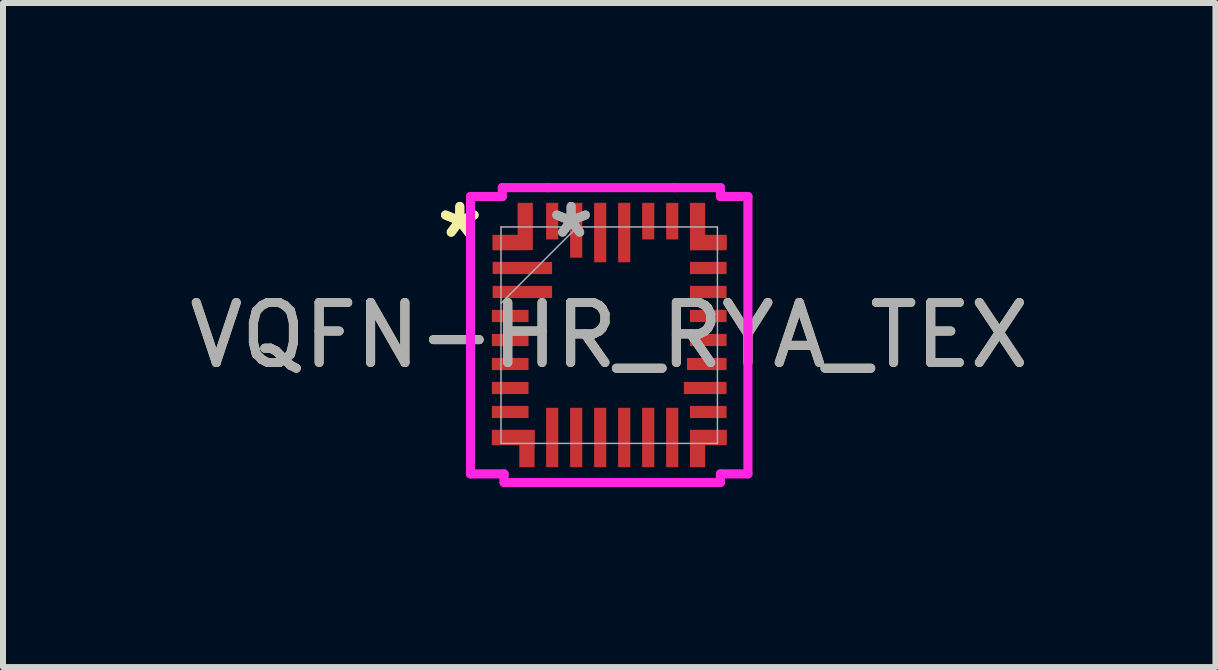
<source format=kicad_pcb>
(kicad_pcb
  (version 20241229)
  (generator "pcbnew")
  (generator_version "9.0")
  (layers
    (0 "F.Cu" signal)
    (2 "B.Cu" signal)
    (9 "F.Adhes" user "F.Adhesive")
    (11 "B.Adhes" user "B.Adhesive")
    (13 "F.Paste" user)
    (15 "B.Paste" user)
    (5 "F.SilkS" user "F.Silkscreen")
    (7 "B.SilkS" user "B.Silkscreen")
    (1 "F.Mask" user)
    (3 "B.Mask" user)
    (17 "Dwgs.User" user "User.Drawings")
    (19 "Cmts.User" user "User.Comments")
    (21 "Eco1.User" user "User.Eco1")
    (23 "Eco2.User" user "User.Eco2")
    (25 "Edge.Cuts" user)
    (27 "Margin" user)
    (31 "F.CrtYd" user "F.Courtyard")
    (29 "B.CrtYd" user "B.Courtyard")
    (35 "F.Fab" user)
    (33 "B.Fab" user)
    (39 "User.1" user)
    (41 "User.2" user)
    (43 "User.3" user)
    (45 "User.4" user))
  (footprint "VQFN-HR_RYA_TEX"
    (layer "F.Cu")
    (at 7.101 2.535)
    (property "Reference" "VQFN-HR_RYA_TEX" (at 0 0 0) (unlocked yes) (layer "F.SilkS") (effects (font (size 1 1) (thickness 0.15))))
    (attr smd)
    (fp_poly (pts (xy -1.955 1.578) (xy -1.955 1.832) (xy -1.498 1.832) (xy -1.498 2.2) (xy -1.244 2.2) (xy -1.244 1.578)) (stroke (width 0) (type solid)) (fill yes) (layer "F.Cu"))
    (fp_poly (pts (xy -1.942 -1.417) (xy -1.942 -1.671) (xy -1.527 -1.671) (xy -1.527 -2.205) (xy -1.273 -2.205) (xy -1.273 -1.417)) (stroke (width 0) (type solid)) (fill yes) (layer "F.Cu"))
    (fp_poly (pts (xy 1.345 -2.205) (xy 1.345 -1.417) (xy 1.955 -1.417) (xy 1.955 -1.671) (xy 1.599 -1.671) (xy 1.599 -2.205)) (stroke (width 0) (type solid)) (fill yes) (layer "F.Cu"))
    (fp_poly (pts (xy 1.955 1.578) (xy 1.345 1.578) (xy 1.345 2.2) (xy 1.599 2.2) (xy 1.599 1.832) (xy 1.955 1.832)) (stroke (width 0) (type solid)) (fill yes) (layer "F.Cu"))
    (fp_poly (pts (xy -1.955 1.578) (xy -1.955 1.832) (xy -1.498 1.832) (xy -1.498 2.2) (xy -1.244 2.2) (xy -1.244 1.578)) (stroke (width 0) (type solid)) (fill yes) (layer "F.Mask"))
    (fp_poly (pts (xy -1.942 -1.417) (xy -1.942 -1.671) (xy -1.527 -1.671) (xy -1.527 -2.205) (xy -1.273 -2.205) (xy -1.273 -1.417)) (stroke (width 0) (type solid)) (fill yes) (layer "F.Mask"))
    (fp_poly (pts (xy 1.345 -2.205) (xy 1.345 -1.417) (xy 1.955 -1.417) (xy 1.955 -1.671) (xy 1.599 -1.671) (xy 1.599 -2.205)) (stroke (width 0) (type solid)) (fill yes) (layer "F.Mask"))
    (fp_poly (pts (xy 1.955 1.578) (xy 1.345 1.578) (xy 1.345 2.2) (xy 1.599 2.2) (xy 1.599 1.832) (xy 1.955 1.832)) (stroke (width 0) (type solid)) (fill yes) (layer "F.Mask"))
    (fp_poly (pts (xy -1.955 1.578) (xy -1.955 1.832) (xy -1.498 1.832) (xy -1.498 2.2) (xy -1.244 2.2) (xy -1.244 1.578)) (stroke (width 0) (type solid)) (fill yes) (layer "F.Paste"))
    (fp_poly (pts (xy -1.942 -1.417) (xy -1.942 -1.671) (xy -1.527 -1.671) (xy -1.527 -2.205) (xy -1.273 -2.205) (xy -1.273 -1.417)) (stroke (width 0) (type solid)) (fill yes) (layer "F.Paste"))
    (fp_poly (pts (xy 1.345 -2.205) (xy 1.345 -1.417) (xy 1.955 -1.417) (xy 1.955 -1.671) (xy 1.599 -1.671) (xy 1.599 -2.205)) (stroke (width 0) (type solid)) (fill yes) (layer "F.Paste"))
    (fp_poly (pts (xy 1.955 1.578) (xy 1.345 1.578) (xy 1.345 2.2) (xy 1.599 2.2) (xy 1.599 1.832) (xy 1.955 1.832)) (stroke (width 0) (type solid)) (fill yes) (layer "F.Paste"))
    (fp_line (start -2.311 -2.311) (end -2.311 2.311) (stroke (width 0.152) (type solid)) (layer "F.CrtYd"))
    (fp_line (start -2.311 2.311) (end -1.752 2.311) (stroke (width 0.152) (type solid)) (layer "F.CrtYd"))
    (fp_line (start -1.781 -2.459) (end -1.781 -2.311) (stroke (width 0.152) (type solid)) (layer "F.CrtYd"))
    (fp_line (start -1.781 -2.311) (end -2.311 -2.311) (stroke (width 0.152) (type solid)) (layer "F.CrtYd"))
    (fp_line (start -1.752 2.454) (end -0.99 2.454) (stroke (width 0.152) (type solid)) (layer "F.CrtYd"))
    (fp_line (start -1.752 2.311) (end -1.752 2.454) (stroke (width 0.152) (type solid)) (layer "F.CrtYd"))
    (fp_line (start -1.019 -2.459) (end -1.019 -2.459) (stroke (width 0.152) (type solid)) (layer "F.CrtYd"))
    (fp_line (start -1.019 -2.459) (end -1.781 -2.459) (stroke (width 0.152) (type solid)) (layer "F.CrtYd"))
    (fp_line (start -0.99 2.454) (end -0.99 2.454) (stroke (width 0.152) (type solid)) (layer "F.CrtYd"))
    (fp_line (start -0.99 2.454) (end 1.091 2.454) (stroke (width 0.152) (type solid)) (layer "F.CrtYd"))
    (fp_line (start 1.091 -2.459) (end -1.019 -2.459) (stroke (width 0.152) (type solid)) (layer "F.CrtYd"))
    (fp_line (start 1.091 -2.459) (end 1.091 -2.459) (stroke (width 0.152) (type solid)) (layer "F.CrtYd"))
    (fp_line (start 1.091 2.454) (end 1.853 2.454) (stroke (width 0.152) (type solid)) (layer "F.CrtYd"))
    (fp_line (start 1.091 2.454) (end 1.091 2.454) (stroke (width 0.152) (type solid)) (layer "F.CrtYd"))
    (fp_line (start 1.853 -2.311) (end 1.853 -2.459) (stroke (width 0.152) (type solid)) (layer "F.CrtYd"))
    (fp_line (start 1.853 2.311) (end 2.311 2.311) (stroke (width 0.152) (type solid)) (layer "F.CrtYd"))
    (fp_line (start 1.853 -2.459) (end 1.091 -2.459) (stroke (width 0.152) (type solid)) (layer "F.CrtYd"))
    (fp_line (start 1.853 2.454) (end 1.853 2.311) (stroke (width 0.152) (type solid)) (layer "F.CrtYd"))
    (fp_line (start 2.311 -2.311) (end 1.853 -2.311) (stroke (width 0.152) (type solid)) (layer "F.CrtYd"))
    (fp_line (start 2.311 2.311) (end 2.311 -2.311) (stroke (width 0.152) (type solid)) (layer "F.CrtYd"))
    (fp_line (start -1.803 -1.803) (end -1.803 1.803) (stroke (width 0.025) (type solid)) (layer "F.Fab"))
    (fp_line (start -1.803 -0.533) (end -0.533 -1.803) (stroke (width 0.025) (type solid)) (layer "F.Fab"))
    (fp_line (start -1.803 1.803) (end 1.803 1.803) (stroke (width 0.025) (type solid)) (layer "F.Fab"))
    (fp_line (start 1.803 -1.803) (end -1.803 -1.803) (stroke (width 0.025) (type solid)) (layer "F.Fab"))
    (fp_line (start 1.803 1.803) (end 1.803 -1.803) (stroke (width 0.025) (type solid)) (layer "F.Fab"))
    (fp_text user "*" (at -2.49 -1.6 0) (unlocked yes) (layer "F.SilkS") (effects (font (size 1 1) (thickness 0.15))))
    (fp_text user "*" (at -2.49 -1.6 0) (layer "F.SilkS") (effects (font (size 1 1) (thickness 0.15))))
    (fp_text user "*" (at -0.635 -1.6 0) (unlocked yes) (layer "F.Fab") (effects (font (size 1 1) (thickness 0.15))))
    (fp_text user "${REFERENCE}" (at 0 0 0) (unlocked yes) (layer "F.Fab") (effects (font (size 1 1) (thickness 0.15))))
    (fp_text user "*" (at -0.635 -1.6 0) (layer "F.Fab") (effects (font (size 1 1) (thickness 0.15))))
    (pad "1" smd rect (at -1.65 -1.544) (size 0.584 0.254) (layers "F.Cu" "F.Mask" "F.Paste"))
    (pad "2" smd rect (at -1.447 -1.12 90) (size 0.203 0.991) (layers "F.Cu" "F.Mask" "F.Paste"))
    (pad "3" smd rect (at -1.447 -0.72 90) (size 0.203 0.991) (layers "F.Cu" "F.Mask" "F.Paste"))
    (pad "4" smd rect (at -1.65 -0.32 90) (size 0.203 0.61) (layers "F.Cu" "F.Mask" "F.Paste"))
    (pad "5" smd rect (at -1.65 0.08 90) (size 0.203 0.61) (layers "F.Cu" "F.Mask" "F.Paste"))
    (pad "6" smd rect (at -1.65 0.48 90) (size 0.203 0.61) (layers "F.Cu" "F.Mask" "F.Paste"))
    (pad "7" smd rect (at -1.65 0.88 90) (size 0.203 0.61) (layers "F.Cu" "F.Mask" "F.Paste"))
    (pad "8" smd rect (at -1.65 1.28 90) (size 0.203 0.61) (layers "F.Cu" "F.Mask" "F.Paste"))
    (pad "9" smd rect (at -1.599 1.705 90) (size 0.254 0.711) (layers "F.Cu" "F.Mask" "F.Paste"))
    (pad "10" smd rect (at -0.95 1.705) (size 0.203 0.991) (layers "F.Cu" "F.Mask" "F.Paste"))
    (pad "11" smd rect (at -0.55 1.705) (size 0.203 0.991) (layers "F.Cu" "F.Mask" "F.Paste"))
    (pad "12" smd rect (at -0.15 1.705) (size 0.203 0.991) (layers "F.Cu" "F.Mask" "F.Paste"))
    (pad "13" smd rect (at 0.25 1.705) (size 0.203 0.991) (layers "F.Cu" "F.Mask" "F.Paste"))
    (pad "14" smd rect (at 0.65 1.705) (size 0.203 0.991) (layers "F.Cu" "F.Mask" "F.Paste"))
    (pad "15" smd rect (at 1.05 1.705) (size 0.203 0.991) (layers "F.Cu" "F.Mask" "F.Paste"))
    (pad "16" smd rect (at 1.65 1.705 90) (size 0.254 0.61) (layers "F.Cu" "F.Mask" "F.Paste"))
    (pad "17" smd rect (at 1.65 1.28 90) (size 0.203 0.61) (layers "F.Cu" "F.Mask" "F.Paste"))
    (pad "18" smd rect (at 1.599 0.88 90) (size 0.203 0.711) (layers "F.Cu" "F.Mask" "F.Paste"))
    (pad "19" smd rect (at 1.625 0.48 90) (size 0.203 0.66) (layers "F.Cu" "F.Mask" "F.Paste"))
    (pad "20" smd rect (at 1.65 0.08 90) (size 0.203 0.61) (layers "F.Cu" "F.Mask" "F.Paste"))
    (pad "21" smd rect (at 1.65 -0.32 90) (size 0.203 0.61) (layers "F.Cu" "F.Mask" "F.Paste"))
    (pad "22" smd rect (at 1.65 -0.72 90) (size 0.203 0.61) (layers "F.Cu" "F.Mask" "F.Paste"))
    (pad "23" smd rect (at 1.65 -1.12 90) (size 0.203 0.61) (layers "F.Cu" "F.Mask" "F.Paste"))
    (pad "24" smd rect (at 1.65 -1.544 90) (size 0.254 0.61) (layers "F.Cu" "F.Mask" "F.Paste"))
    (pad "25" smd rect (at 1.05 -1.9) (size 0.203 0.61) (layers "F.Cu" "F.Mask" "F.Paste"))
    (pad "26" smd rect (at 0.65 -1.9) (size 0.203 0.61) (layers "F.Cu" "F.Mask" "F.Paste"))
    (pad "27" smd rect (at 0.25 -1.71) (size 0.203 0.991) (layers "F.Cu" "F.Mask" "F.Paste"))
    (pad "28" smd rect (at -0.15 -1.71) (size 0.203 0.991) (layers "F.Cu" "F.Mask" "F.Paste"))
    (pad "29" smd rect (at -0.55 -1.748) (size 0.203 0.914) (layers "F.Cu" "F.Mask" "F.Paste"))
    (pad "30" smd rect (at -0.95 -1.9) (size 0.203 0.61) (layers "F.Cu" "F.Mask" "F.Paste")))
  (gr_rect
    (start -3 -3)
    (end 17.202 8.065)
    (stroke (width 0.1) (type default))
    (fill no)
    (layer "Edge.Cuts")))
</source>
